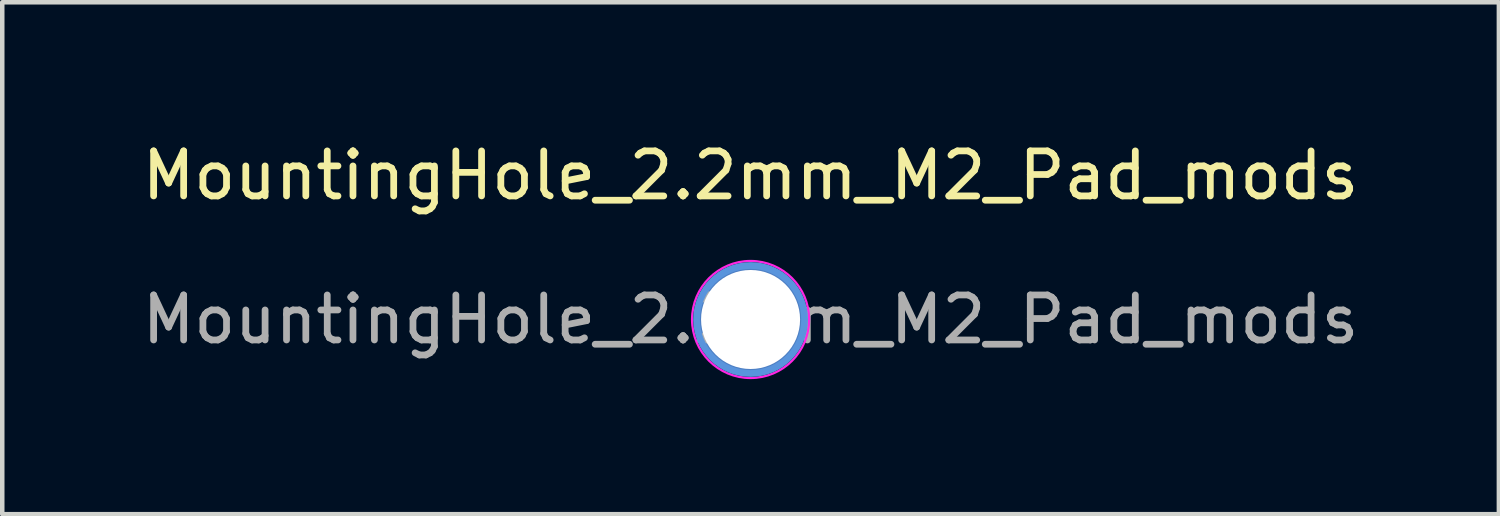
<source format=kicad_pcb>
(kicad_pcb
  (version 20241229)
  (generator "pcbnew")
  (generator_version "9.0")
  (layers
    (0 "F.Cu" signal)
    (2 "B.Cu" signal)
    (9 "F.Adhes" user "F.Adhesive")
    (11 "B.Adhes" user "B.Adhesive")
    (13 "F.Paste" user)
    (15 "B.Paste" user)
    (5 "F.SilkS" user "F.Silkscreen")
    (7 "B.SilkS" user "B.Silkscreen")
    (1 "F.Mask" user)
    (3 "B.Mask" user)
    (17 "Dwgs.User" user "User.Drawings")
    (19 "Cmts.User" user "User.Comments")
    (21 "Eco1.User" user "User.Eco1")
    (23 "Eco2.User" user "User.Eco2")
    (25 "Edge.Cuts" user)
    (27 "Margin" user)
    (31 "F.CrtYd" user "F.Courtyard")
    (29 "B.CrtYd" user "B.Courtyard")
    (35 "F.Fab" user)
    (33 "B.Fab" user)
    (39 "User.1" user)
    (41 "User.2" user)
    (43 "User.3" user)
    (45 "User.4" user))
  (footprint "MountingHole_2.2mm_M2_Pad_mods"
    (layer "F.Cu")
    (at 13.625 4.048)
    (property "Reference" "MountingHole_2.2mm_M2_Pad_mods" (at 0 -3.2 0) (layer "F.SilkS") (effects (font (size 1 1) (thickness 0.15))))
    (attr exclude_from_pos_files exclude_from_bom)
    (fp_circle (center 0 0) (end 1.2 0) (stroke (width 0.15) (type solid)) (fill no) (layer "Cmts.User"))
    (fp_circle (center 0 0) (end 1.3 0) (stroke (width 0.05) (type solid)) (fill no) (layer "F.CrtYd"))
    (fp_text user "${REFERENCE}" (at 0 0 0) (layer "F.Fab") (effects (font (size 1 1) (thickness 0.15))))
    (pad "1" thru_hole circle (at 0 0) (size 2.3 2.3) (drill 2.2) (layers "*.Cu" "*.Mask")))
  (gr_rect
    (start -3 -3)
    (end 30.25 8.373)
    (stroke (width 0.1) (type default))
    (fill no)
    (layer "Edge.Cuts")))
</source>
